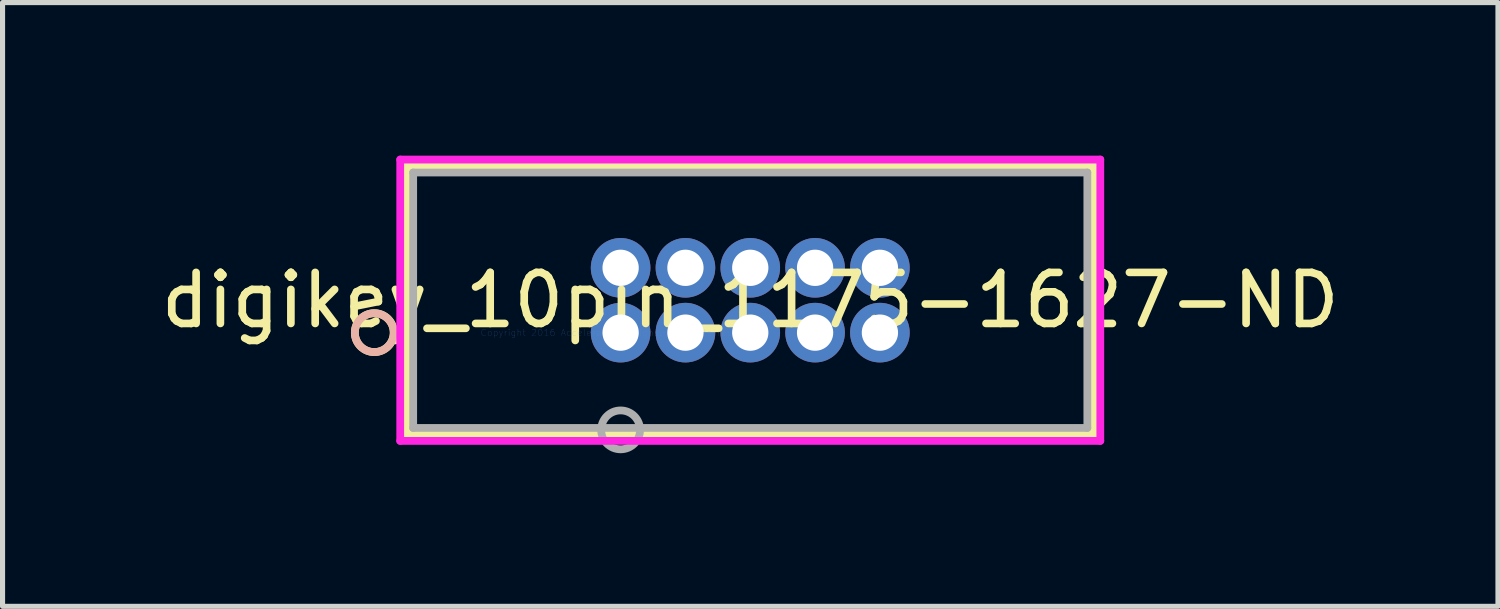
<source format=kicad_pcb>
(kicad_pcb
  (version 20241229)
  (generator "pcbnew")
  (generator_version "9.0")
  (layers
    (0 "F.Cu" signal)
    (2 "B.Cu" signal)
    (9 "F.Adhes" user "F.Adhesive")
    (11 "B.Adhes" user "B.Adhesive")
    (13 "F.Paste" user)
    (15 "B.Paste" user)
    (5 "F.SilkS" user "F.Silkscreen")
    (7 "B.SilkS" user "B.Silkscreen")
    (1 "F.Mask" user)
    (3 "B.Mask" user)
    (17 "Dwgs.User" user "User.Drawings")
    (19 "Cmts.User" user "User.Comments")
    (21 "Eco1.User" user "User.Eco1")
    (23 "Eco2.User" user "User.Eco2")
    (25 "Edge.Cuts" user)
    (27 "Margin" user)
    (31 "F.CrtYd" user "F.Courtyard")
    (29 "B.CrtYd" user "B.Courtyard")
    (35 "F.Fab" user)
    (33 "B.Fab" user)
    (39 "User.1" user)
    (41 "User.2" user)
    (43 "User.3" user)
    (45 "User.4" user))
  (footprint "digikey_10pin_1175-1627-ND"
    (layer "F.Cu")
    (at 9.109 3.467)
    (property "Reference" "digikey_10pin_1175-1627-ND" (at 2.54 -0.635 0) (layer "F.SilkS") (effects (font (size 1 1) (thickness 0.15))))
    (attr through_hole)
    (fp_line (start -4.191 -3.264) (end -4.191 1.994) (stroke (width 0.152) (type solid)) (layer "F.SilkS"))
    (fp_line (start -4.191 1.994) (end 9.271 1.994) (stroke (width 0.152) (type solid)) (layer "F.SilkS"))
    (fp_line (start 9.271 -3.264) (end -4.191 -3.264) (stroke (width 0.152) (type solid)) (layer "F.SilkS"))
    (fp_line (start 9.271 1.994) (end 9.271 -3.264) (stroke (width 0.152) (type solid)) (layer "F.SilkS"))
    (fp_circle (center -4.826 0) (end -4.445 0) (stroke (width 0.152) (type solid)) (fill no) (layer "F.SilkS"))
    (fp_circle (center -4.826 0) (end -4.445 0) (stroke (width 0.152) (type solid)) (fill no) (layer "B.SilkS"))
    (fp_line (start -4.318 -3.391) (end -4.318 2.121) (stroke (width 0.152) (type solid)) (layer "F.CrtYd"))
    (fp_line (start -4.318 2.121) (end 9.398 2.121) (stroke (width 0.152) (type solid)) (layer "F.CrtYd"))
    (fp_line (start 9.398 -3.391) (end -4.318 -3.391) (stroke (width 0.152) (type solid)) (layer "F.CrtYd"))
    (fp_line (start 9.398 2.121) (end 9.398 -3.391) (stroke (width 0.152) (type solid)) (layer "F.CrtYd"))
    (fp_line (start -4.064 -3.137) (end -4.064 1.867) (stroke (width 0.152) (type solid)) (layer "F.Fab"))
    (fp_line (start -4.064 1.867) (end 9.144 1.867) (stroke (width 0.152) (type solid)) (layer "F.Fab"))
    (fp_line (start 9.144 -3.137) (end -4.064 -3.137) (stroke (width 0.152) (type solid)) (layer "F.Fab"))
    (fp_line (start 9.144 1.867) (end 9.144 -3.137) (stroke (width 0.152) (type solid)) (layer "F.Fab"))
    (fp_circle (center 0 1.905) (end 0.381 1.905) (stroke (width 0.152) (type solid)) (fill no) (layer "F.Fab"))
    (fp_text user "Copyright 2016 Accelerated Designs. All rights reserved." (at 0 0 0) (layer "Cmts.User") (effects (font (size 0.127 0.127) (thickness 0.002))))
    (pad "1" thru_hole circle (at 0 0) (size 1.168 1.168) (drill 0.711) (layers "*.Cu" "*.Mask"))
    (pad "2" thru_hole circle (at 0 -1.27) (size 1.168 1.168) (drill 0.711) (layers "*.Cu" "*.Mask"))
    (pad "3" thru_hole circle (at 1.27 0) (size 1.168 1.168) (drill 0.711) (layers "*.Cu" "*.Mask"))
    (pad "4" thru_hole circle (at 1.27 -1.27) (size 1.168 1.168) (drill 0.711) (layers "*.Cu" "*.Mask"))
    (pad "5" thru_hole circle (at 2.54 0) (size 1.168 1.168) (drill 0.711) (layers "*.Cu" "*.Mask"))
    (pad "6" thru_hole circle (at 2.54 -1.27) (size 1.168 1.168) (drill 0.711) (layers "*.Cu" "*.Mask"))
    (pad "7" thru_hole circle (at 3.81 0) (size 1.168 1.168) (drill 0.711) (layers "*.Cu" "*.Mask"))
    (pad "8" thru_hole circle (at 3.81 -1.27) (size 1.168 1.168) (drill 0.711) (layers "*.Cu" "*.Mask"))
    (pad "9" thru_hole circle (at 5.08 0) (size 1.168 1.168) (drill 0.711) (layers "*.Cu" "*.Mask"))
    (pad "10" thru_hole circle (at 5.08 -1.27) (size 1.168 1.168) (drill 0.711) (layers "*.Cu" "*.Mask")))
  (gr_rect
    (start -3 -3)
    (end 26.298 8.829)
    (stroke (width 0.1) (type default))
    (fill no)
    (layer "Edge.Cuts")))
</source>
